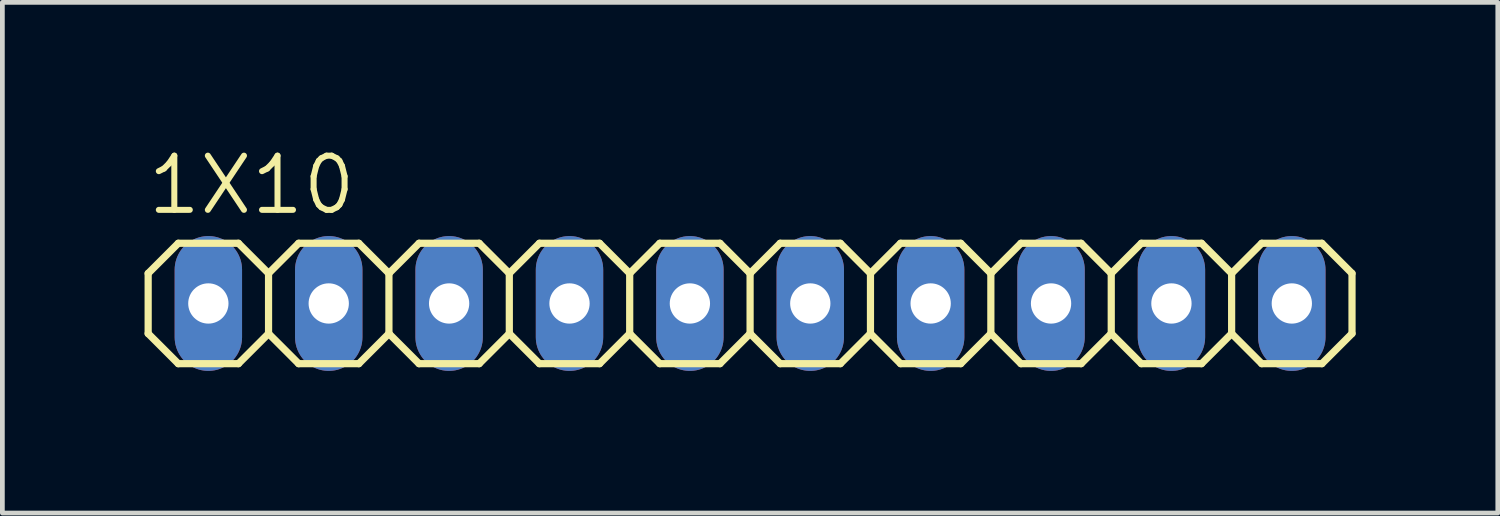
<source format=kicad_pcb>
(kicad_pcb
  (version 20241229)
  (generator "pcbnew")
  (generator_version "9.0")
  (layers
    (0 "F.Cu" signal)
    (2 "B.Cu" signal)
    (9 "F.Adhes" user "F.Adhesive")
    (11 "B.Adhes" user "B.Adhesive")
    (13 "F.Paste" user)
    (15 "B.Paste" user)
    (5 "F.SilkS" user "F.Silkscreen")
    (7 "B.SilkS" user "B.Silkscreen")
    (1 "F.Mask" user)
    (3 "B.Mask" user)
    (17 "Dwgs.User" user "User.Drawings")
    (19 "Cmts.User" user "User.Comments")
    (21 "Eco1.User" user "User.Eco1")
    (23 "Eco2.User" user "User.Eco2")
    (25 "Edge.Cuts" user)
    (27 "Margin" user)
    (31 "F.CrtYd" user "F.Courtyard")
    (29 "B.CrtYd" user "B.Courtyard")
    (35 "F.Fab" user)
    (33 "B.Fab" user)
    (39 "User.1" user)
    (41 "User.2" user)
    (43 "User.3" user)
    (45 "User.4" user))
  (footprint "1X10"
    (layer "F.Cu")
    (at 12.776 3.353)
    (property "Reference" "1X10" (at -12.776 -1.829 0) (layer "F.SilkS") (effects (font (size 1.143 1.143) (thickness 0.127)) (justify left bottom)))
    (fp_line (start -12.7 -0.635) (end -12.7 0.635) (stroke (width 0.152) (type solid)) (layer "F.SilkS"))
    (fp_line (start -12.7 0.635) (end -12.065 1.27) (stroke (width 0.152) (type solid)) (layer "F.SilkS"))
    (fp_line (start -12.065 -1.27) (end -12.7 -0.635) (stroke (width 0.152) (type solid)) (layer "F.SilkS"))
    (fp_line (start -12.065 -1.27) (end -10.795 -1.27) (stroke (width 0.152) (type solid)) (layer "F.SilkS"))
    (fp_line (start -10.795 -1.27) (end -10.16 -0.635) (stroke (width 0.152) (type solid)) (layer "F.SilkS"))
    (fp_line (start -10.795 1.27) (end -12.065 1.27) (stroke (width 0.152) (type solid)) (layer "F.SilkS"))
    (fp_line (start -10.16 -0.635) (end -10.16 0.635) (stroke (width 0.152) (type solid)) (layer "F.SilkS"))
    (fp_line (start -10.16 -0.635) (end -9.525 -1.27) (stroke (width 0.152) (type solid)) (layer "F.SilkS"))
    (fp_line (start -10.16 0.635) (end -10.795 1.27) (stroke (width 0.152) (type solid)) (layer "F.SilkS"))
    (fp_line (start -9.525 -1.27) (end -8.255 -1.27) (stroke (width 0.152) (type solid)) (layer "F.SilkS"))
    (fp_line (start -9.525 1.27) (end -10.16 0.635) (stroke (width 0.152) (type solid)) (layer "F.SilkS"))
    (fp_line (start -8.255 -1.27) (end -7.62 -0.635) (stroke (width 0.152) (type solid)) (layer "F.SilkS"))
    (fp_line (start -8.255 1.27) (end -9.525 1.27) (stroke (width 0.152) (type solid)) (layer "F.SilkS"))
    (fp_line (start -7.62 -0.635) (end -7.62 0.635) (stroke (width 0.152) (type solid)) (layer "F.SilkS"))
    (fp_line (start -7.62 -0.635) (end -6.985 -1.27) (stroke (width 0.152) (type solid)) (layer "F.SilkS"))
    (fp_line (start -7.62 0.635) (end -8.255 1.27) (stroke (width 0.152) (type solid)) (layer "F.SilkS"))
    (fp_line (start -6.985 -1.27) (end -5.715 -1.27) (stroke (width 0.152) (type solid)) (layer "F.SilkS"))
    (fp_line (start -6.985 1.27) (end -7.62 0.635) (stroke (width 0.152) (type solid)) (layer "F.SilkS"))
    (fp_line (start -5.715 -1.27) (end -5.08 -0.635) (stroke (width 0.152) (type solid)) (layer "F.SilkS"))
    (fp_line (start -5.715 1.27) (end -6.985 1.27) (stroke (width 0.152) (type solid)) (layer "F.SilkS"))
    (fp_line (start -5.08 -0.635) (end -5.08 0.635) (stroke (width 0.152) (type solid)) (layer "F.SilkS"))
    (fp_line (start -5.08 0.635) (end -5.715 1.27) (stroke (width 0.152) (type solid)) (layer "F.SilkS"))
    (fp_line (start -5.08 0.635) (end -4.445 1.27) (stroke (width 0.152) (type solid)) (layer "F.SilkS"))
    (fp_line (start -4.445 -1.27) (end -5.08 -0.635) (stroke (width 0.152) (type solid)) (layer "F.SilkS"))
    (fp_line (start -4.445 -1.27) (end -3.175 -1.27) (stroke (width 0.152) (type solid)) (layer "F.SilkS"))
    (fp_line (start -3.175 -1.27) (end -2.54 -0.635) (stroke (width 0.152) (type solid)) (layer "F.SilkS"))
    (fp_line (start -3.175 1.27) (end -4.445 1.27) (stroke (width 0.152) (type solid)) (layer "F.SilkS"))
    (fp_line (start -2.54 -0.635) (end -2.54 0.635) (stroke (width 0.152) (type solid)) (layer "F.SilkS"))
    (fp_line (start -2.54 -0.635) (end -1.905 -1.27) (stroke (width 0.152) (type solid)) (layer "F.SilkS"))
    (fp_line (start -2.54 0.635) (end -3.175 1.27) (stroke (width 0.152) (type solid)) (layer "F.SilkS"))
    (fp_line (start -1.905 -1.27) (end -0.635 -1.27) (stroke (width 0.152) (type solid)) (layer "F.SilkS"))
    (fp_line (start -1.905 1.27) (end -2.54 0.635) (stroke (width 0.152) (type solid)) (layer "F.SilkS"))
    (fp_line (start -0.635 -1.27) (end 0 -0.635) (stroke (width 0.152) (type solid)) (layer "F.SilkS"))
    (fp_line (start -0.635 1.27) (end -1.905 1.27) (stroke (width 0.152) (type solid)) (layer "F.SilkS"))
    (fp_line (start 0 -0.635) (end 0 0.635) (stroke (width 0.152) (type solid)) (layer "F.SilkS"))
    (fp_line (start 0 -0.635) (end 0.635 -1.27) (stroke (width 0.152) (type solid)) (layer "F.SilkS"))
    (fp_line (start 0 0.635) (end -0.635 1.27) (stroke (width 0.152) (type solid)) (layer "F.SilkS"))
    (fp_line (start 0.635 -1.27) (end 1.905 -1.27) (stroke (width 0.152) (type solid)) (layer "F.SilkS"))
    (fp_line (start 0.635 1.27) (end 0 0.635) (stroke (width 0.152) (type solid)) (layer "F.SilkS"))
    (fp_line (start 1.905 -1.27) (end 2.54 -0.635) (stroke (width 0.152) (type solid)) (layer "F.SilkS"))
    (fp_line (start 1.905 1.27) (end 0.635 1.27) (stroke (width 0.152) (type solid)) (layer "F.SilkS"))
    (fp_line (start 2.54 -0.635) (end 2.54 0.635) (stroke (width 0.152) (type solid)) (layer "F.SilkS"))
    (fp_line (start 2.54 0.635) (end 1.905 1.27) (stroke (width 0.152) (type solid)) (layer "F.SilkS"))
    (fp_line (start 2.54 0.635) (end 3.175 1.27) (stroke (width 0.152) (type solid)) (layer "F.SilkS"))
    (fp_line (start 3.175 -1.27) (end 2.54 -0.635) (stroke (width 0.152) (type solid)) (layer "F.SilkS"))
    (fp_line (start 3.175 -1.27) (end 4.445 -1.27) (stroke (width 0.152) (type solid)) (layer "F.SilkS"))
    (fp_line (start 4.445 -1.27) (end 5.08 -0.635) (stroke (width 0.152) (type solid)) (layer "F.SilkS"))
    (fp_line (start 4.445 1.27) (end 3.175 1.27) (stroke (width 0.152) (type solid)) (layer "F.SilkS"))
    (fp_line (start 5.08 -0.635) (end 5.08 0.635) (stroke (width 0.152) (type solid)) (layer "F.SilkS"))
    (fp_line (start 5.08 -0.635) (end 5.715 -1.27) (stroke (width 0.152) (type solid)) (layer "F.SilkS"))
    (fp_line (start 5.08 0.635) (end 4.445 1.27) (stroke (width 0.152) (type solid)) (layer "F.SilkS"))
    (fp_line (start 5.715 -1.27) (end 6.985 -1.27) (stroke (width 0.152) (type solid)) (layer "F.SilkS"))
    (fp_line (start 5.715 1.27) (end 5.08 0.635) (stroke (width 0.152) (type solid)) (layer "F.SilkS"))
    (fp_line (start 6.985 -1.27) (end 7.62 -0.635) (stroke (width 0.152) (type solid)) (layer "F.SilkS"))
    (fp_line (start 6.985 1.27) (end 5.715 1.27) (stroke (width 0.152) (type solid)) (layer "F.SilkS"))
    (fp_line (start 7.62 -0.635) (end 7.62 0.635) (stroke (width 0.152) (type solid)) (layer "F.SilkS"))
    (fp_line (start 7.62 -0.635) (end 8.255 -1.27) (stroke (width 0.152) (type solid)) (layer "F.SilkS"))
    (fp_line (start 7.62 0.635) (end 6.985 1.27) (stroke (width 0.152) (type solid)) (layer "F.SilkS"))
    (fp_line (start 8.255 -1.27) (end 9.525 -1.27) (stroke (width 0.152) (type solid)) (layer "F.SilkS"))
    (fp_line (start 8.255 1.27) (end 7.62 0.635) (stroke (width 0.152) (type solid)) (layer "F.SilkS"))
    (fp_line (start 9.525 -1.27) (end 10.16 -0.635) (stroke (width 0.152) (type solid)) (layer "F.SilkS"))
    (fp_line (start 9.525 1.27) (end 8.255 1.27) (stroke (width 0.152) (type solid)) (layer "F.SilkS"))
    (fp_line (start 10.16 -0.635) (end 10.16 0.635) (stroke (width 0.152) (type solid)) (layer "F.SilkS"))
    (fp_line (start 10.16 0.635) (end 9.525 1.27) (stroke (width 0.152) (type solid)) (layer "F.SilkS"))
    (fp_line (start 10.16 0.635) (end 10.795 1.27) (stroke (width 0.152) (type solid)) (layer "F.SilkS"))
    (fp_line (start 10.795 -1.27) (end 10.16 -0.635) (stroke (width 0.152) (type solid)) (layer "F.SilkS"))
    (fp_line (start 10.795 -1.27) (end 12.065 -1.27) (stroke (width 0.152) (type solid)) (layer "F.SilkS"))
    (fp_line (start 12.065 -1.27) (end 12.7 -0.635) (stroke (width 0.152) (type solid)) (layer "F.SilkS"))
    (fp_line (start 12.065 1.27) (end 10.795 1.27) (stroke (width 0.152) (type solid)) (layer "F.SilkS"))
    (fp_line (start 12.7 -0.635) (end 12.7 0.635) (stroke (width 0.152) (type solid)) (layer "F.SilkS"))
    (fp_line (start 12.7 0.635) (end 12.065 1.27) (stroke (width 0.152) (type solid)) (layer "F.SilkS"))
    (fp_poly (pts (xy -11.684 0.254) (xy -11.176 0.254) (xy -11.176 -0.254) (xy -11.684 -0.254)) (stroke (width 0.1) (type solid)) (fill no) (layer "F.Fab"))
    (fp_poly (pts (xy -9.144 0.254) (xy -8.636 0.254) (xy -8.636 -0.254) (xy -9.144 -0.254)) (stroke (width 0.1) (type solid)) (fill no) (layer "F.Fab"))
    (fp_poly (pts (xy -6.604 0.254) (xy -6.096 0.254) (xy -6.096 -0.254) (xy -6.604 -0.254)) (stroke (width 0.1) (type solid)) (fill no) (layer "F.Fab"))
    (fp_poly (pts (xy -4.064 0.254) (xy -3.556 0.254) (xy -3.556 -0.254) (xy -4.064 -0.254)) (stroke (width 0.1) (type solid)) (fill no) (layer "F.Fab"))
    (fp_poly (pts (xy -1.524 0.254) (xy -1.016 0.254) (xy -1.016 -0.254) (xy -1.524 -0.254)) (stroke (width 0.1) (type solid)) (fill no) (layer "F.Fab"))
    (fp_poly (pts (xy 1.016 0.254) (xy 1.524 0.254) (xy 1.524 -0.254) (xy 1.016 -0.254)) (stroke (width 0.1) (type solid)) (fill no) (layer "F.Fab"))
    (fp_poly (pts (xy 3.556 0.254) (xy 4.064 0.254) (xy 4.064 -0.254) (xy 3.556 -0.254)) (stroke (width 0.1) (type solid)) (fill no) (layer "F.Fab"))
    (fp_poly (pts (xy 6.096 0.254) (xy 6.604 0.254) (xy 6.604 -0.254) (xy 6.096 -0.254)) (stroke (width 0.1) (type solid)) (fill no) (layer "F.Fab"))
    (fp_poly (pts (xy 8.636 0.254) (xy 9.144 0.254) (xy 9.144 -0.254) (xy 8.636 -0.254)) (stroke (width 0.1) (type solid)) (fill no) (layer "F.Fab"))
    (fp_poly (pts (xy 11.176 0.254) (xy 11.684 0.254) (xy 11.684 -0.254) (xy 11.176 -0.254)) (stroke (width 0.1) (type solid)) (fill no) (layer "F.Fab"))
    (pad "1" thru_hole oval (at -11.43 0 90) (size 2.845 1.422) (drill 0.85) (layers "*.Cu" "*.Mask"))
    (pad "2" thru_hole oval (at -8.89 0 90) (size 2.845 1.422) (drill 0.85) (layers "*.Cu" "*.Mask"))
    (pad "3" thru_hole oval (at -6.35 0 90) (size 2.845 1.422) (drill 0.85) (layers "*.Cu" "*.Mask"))
    (pad "4" thru_hole oval (at -3.81 0 90) (size 2.845 1.422) (drill 0.85) (layers "*.Cu" "*.Mask"))
    (pad "5" thru_hole oval (at -1.27 0 90) (size 2.845 1.422) (drill 0.85) (layers "*.Cu" "*.Mask"))
    (pad "6" thru_hole oval (at 1.27 0 90) (size 2.845 1.422) (drill 0.85) (layers "*.Cu" "*.Mask"))
    (pad "7" thru_hole oval (at 3.81 0 90) (size 2.845 1.422) (drill 0.85) (layers "*.Cu" "*.Mask"))
    (pad "8" thru_hole oval (at 6.35 0 90) (size 2.845 1.422) (drill 0.85) (layers "*.Cu" "*.Mask"))
    (pad "9" thru_hole oval (at 8.89 0 90) (size 2.845 1.422) (drill 0.85) (layers "*.Cu" "*.Mask"))
    (pad "10" thru_hole oval (at 11.43 0 90) (size 2.845 1.422) (drill 0.85) (layers "*.Cu" "*.Mask")))
  (gr_rect
    (start -3 -3)
    (end 28.552 7.775)
    (stroke (width 0.1) (type default))
    (fill no)
    (layer "Edge.Cuts")))
</source>
